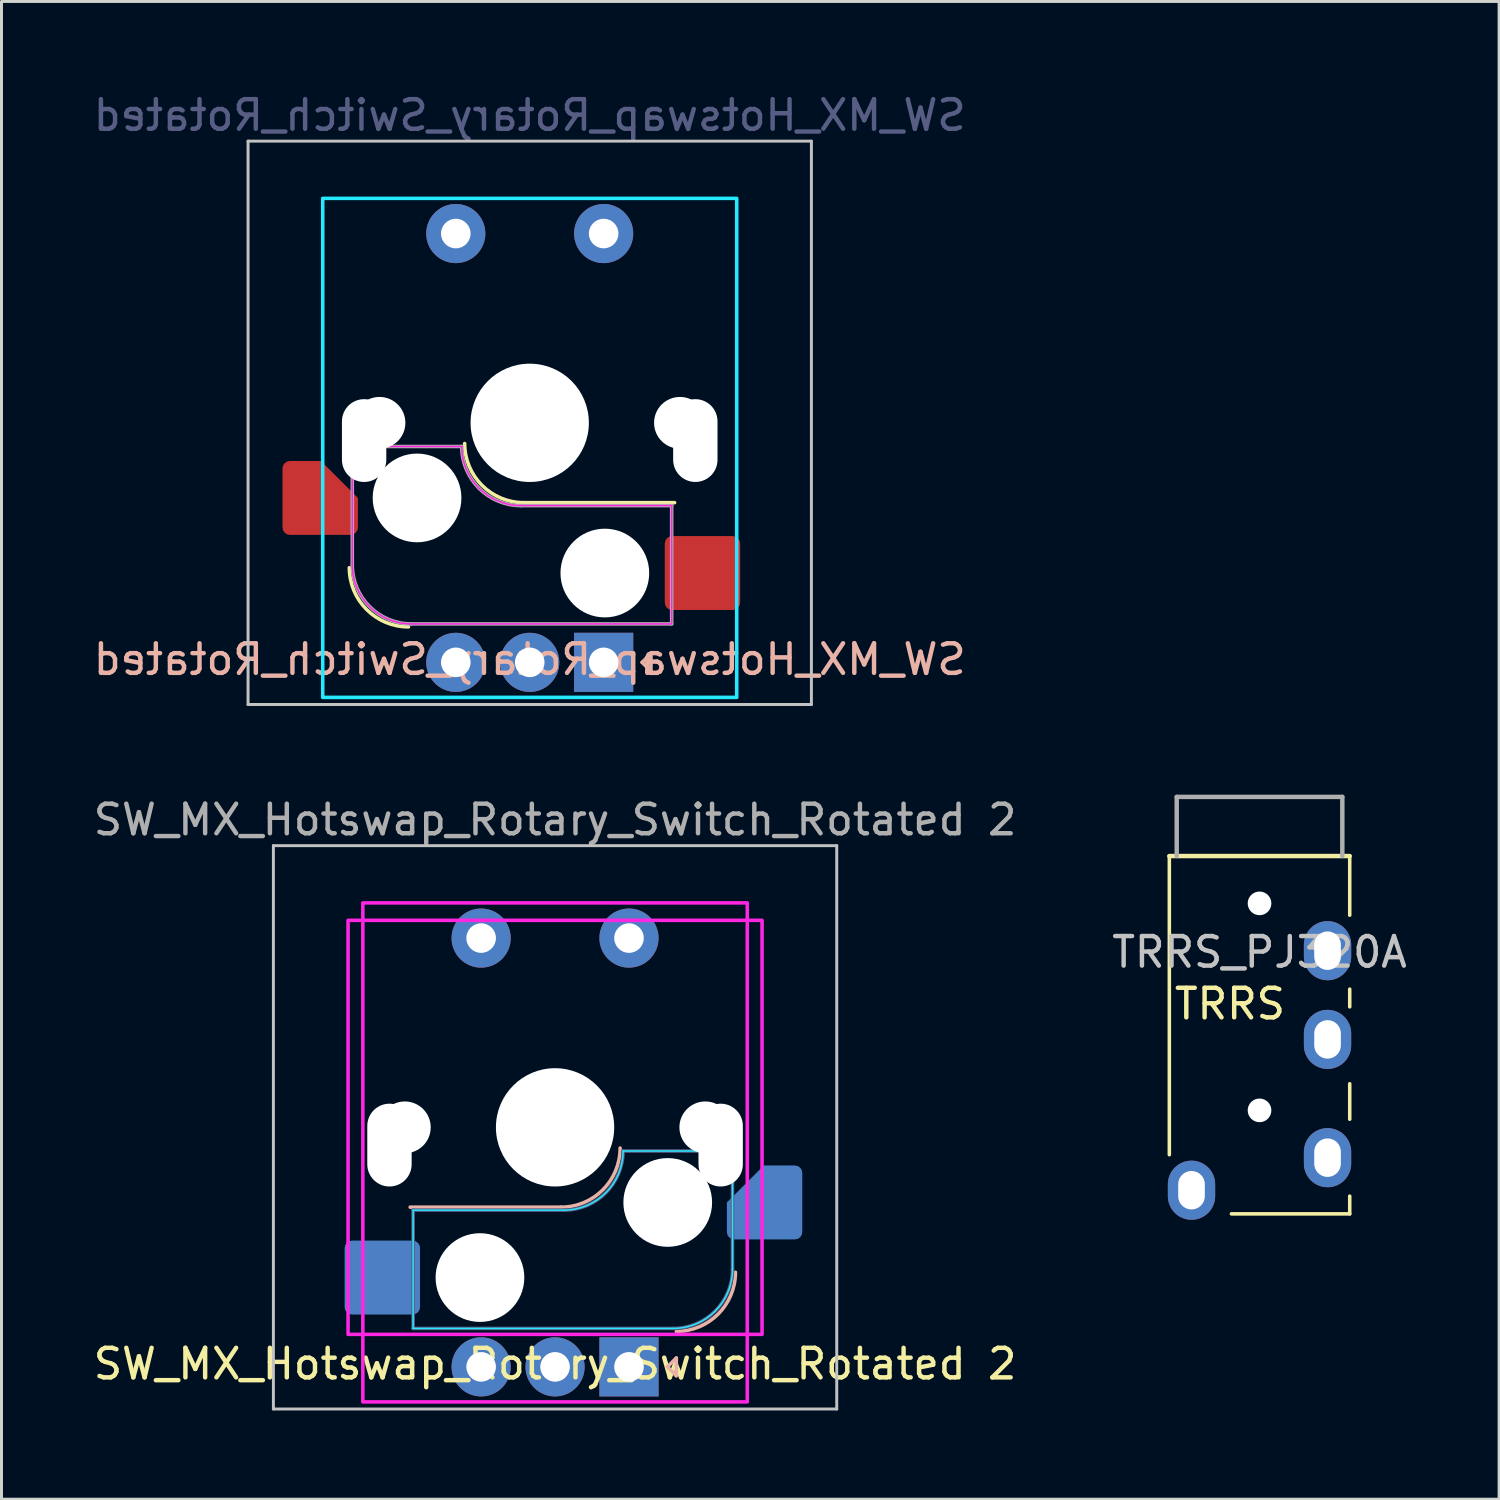
<source format=kicad_pcb>
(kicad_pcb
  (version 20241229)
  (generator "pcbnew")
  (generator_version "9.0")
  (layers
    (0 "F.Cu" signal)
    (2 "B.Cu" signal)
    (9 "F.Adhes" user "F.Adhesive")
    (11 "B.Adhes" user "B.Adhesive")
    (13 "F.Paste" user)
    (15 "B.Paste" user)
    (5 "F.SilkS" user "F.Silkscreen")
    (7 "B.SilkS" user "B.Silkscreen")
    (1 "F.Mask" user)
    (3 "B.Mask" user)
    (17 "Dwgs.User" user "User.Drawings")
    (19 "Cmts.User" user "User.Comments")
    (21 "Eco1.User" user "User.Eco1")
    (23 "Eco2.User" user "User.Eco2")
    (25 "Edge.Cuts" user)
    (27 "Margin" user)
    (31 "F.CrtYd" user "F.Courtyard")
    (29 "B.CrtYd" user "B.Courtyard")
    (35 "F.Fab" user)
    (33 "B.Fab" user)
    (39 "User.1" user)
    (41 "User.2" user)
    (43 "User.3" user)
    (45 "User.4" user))
  (footprint "SW_MX_Hotswap_Rotary_Switch_Rotated"
    (layer "F.Cu")
    (at 14.863 11.248)
    (property "Reference" "SW_MX_Hotswap_Rotary_Switch_Rotated" (at 0 8 180) (layer "B.SilkS") (effects (font (size 1 1) (thickness 0.15)) (justify mirror)))
    (attr smd)
    (fp_line (start -0.2 2.7) (end 4.9 2.7) (stroke (width 0.12) (type solid)) (layer "F.SilkS"))
    (fp_arc (start -4.1 6.9) (mid -5.514214 6.314214) (end -6.1 4.9) (stroke (width 0.12) (type solid)) (layer "F.SilkS"))
    (fp_arc (start -0.2 2.7) (mid -1.614214 2.114214) (end -2.2 0.7) (stroke (width 0.12) (type solid)) (layer "F.SilkS"))
    (fp_line (start 3.8 8.1) (end 4.1 8.4) (stroke (width 0.12) (type solid)) (layer "B.SilkS"))
    (fp_line (start 4.1 7.8) (end 3.8 8.1) (stroke (width 0.12) (type solid)) (layer "B.SilkS"))
    (fp_line (start 4.1 8.4) (end 4.1 7.8) (stroke (width 0.12) (type solid)) (layer "B.SilkS"))
    (fp_line (start -9.525 -9.525) (end 9.525 -9.525) (stroke (width 0.1) (type solid)) (layer "Dwgs.User"))
    (fp_line (start -9.525 9.525) (end -9.525 -9.525) (stroke (width 0.1) (type solid)) (layer "Dwgs.User"))
    (fp_line (start 9.525 -9.525) (end 9.525 9.525) (stroke (width 0.1) (type solid)) (layer "Dwgs.User"))
    (fp_line (start 9.525 9.525) (end -9.525 9.525) (stroke (width 0.1) (type solid)) (layer "Dwgs.User"))
    (fp_rect (start 7 9.285) (end -7 -7.59) (stroke (width 0.12) (type solid)) (fill no) (layer "B.CrtYd"))
    (fp_line (start -6 0.8) (end -6 4.8) (stroke (width 0.05) (type solid)) (layer "F.CrtYd"))
    (fp_line (start -6 0.8) (end -2.3 0.8) (stroke (width 0.05) (type solid)) (layer "F.CrtYd"))
    (fp_line (start -4 6.8) (end 4.8 6.8) (stroke (width 0.05) (type solid)) (layer "F.CrtYd"))
    (fp_line (start -0.3 2.8) (end 4.8 2.8) (stroke (width 0.05) (type solid)) (layer "F.CrtYd"))
    (fp_line (start 4.8 6.8) (end 4.8 2.8) (stroke (width 0.05) (type solid)) (layer "F.CrtYd"))
    (fp_arc (start -4 6.8) (mid -5.414214 6.214214) (end -6 4.8) (stroke (width 0.05) (type solid)) (layer "F.CrtYd"))
    (fp_arc (start -0.3 2.8) (mid -1.714214 2.214214) (end -2.3 0.8) (stroke (width 0.05) (type solid)) (layer "F.CrtYd"))
    (fp_line (start -6 0.8) (end -6 4.8) (stroke (width 0.12) (type solid)) (layer "F.Fab"))
    (fp_line (start -6 0.8) (end -2.3 0.8) (stroke (width 0.12) (type solid)) (layer "F.Fab"))
    (fp_line (start -4 6.8) (end 4.8 6.8) (stroke (width 0.12) (type solid)) (layer "F.Fab"))
    (fp_line (start -0.3 2.8) (end 4.8 2.8) (stroke (width 0.12) (type solid)) (layer "F.Fab"))
    (fp_line (start 4.8 6.8) (end 4.8 2.8) (stroke (width 0.12) (type solid)) (layer "F.Fab"))
    (fp_arc (start -4 6.8) (mid -5.414214 6.214214) (end -6 4.8) (stroke (width 0.12) (type solid)) (layer "F.Fab"))
    (fp_arc (start -0.3 2.8) (mid -1.714214 2.214214) (end -2.3 0.8) (stroke (width 0.12) (type solid)) (layer "F.Fab"))
    (fp_text user "${REFERENCE}" (at 0 -10.4 0) (unlocked yes) (layer "B.Fab") (effects (font (size 1 1) (thickness 0.15)) (justify mirror)))
    (pad "" np_thru_hole oval (at -5.6 0.6 270) (size 2.8 1.5) (drill oval 2.8 1.5) (layers "*.Cu" "*.Mask"))
    (pad "" np_thru_hole circle (at -5.08 0 180) (size 1.75 1.75) (drill 1.75) (layers "*.Cu" "*.Mask"))
    (pad "" np_thru_hole circle (at -3.81 2.54 180) (size 3 3) (drill 3) (layers "*.Cu" "*.Mask"))
    (pad "" np_thru_hole circle (at 0 0 180) (size 4 4) (drill 4) (layers "*.Cu" "*.Mask"))
    (pad "" np_thru_hole circle (at 2.54 5.08 180) (size 3 3) (drill 3) (layers "*.Cu" "*.Mask"))
    (pad "" np_thru_hole circle (at 5.08 0 180) (size 1.75 1.75) (drill 1.75) (layers "*.Cu" "*.Mask"))
    (pad "" np_thru_hole oval (at 5.6 0.6 270) (size 2.8 1.5) (drill oval 2.8 1.5) (layers "*.Cu" "*.Mask"))
    (pad "1" smd roundrect (at -7.085 2.54 180) (size 2.55 2.5) (layers "F.Cu" "F.Mask" "F.Paste") (roundrect_rratio 0.1) (chamfer_ratio 0.5) (chamfer bottom_left))
    (pad "2" smd roundrect (at 5.842 5.08 180) (size 2.55 2.5) (layers "F.Cu" "F.Mask" "F.Paste") (roundrect_rratio 0.1))
    (pad "A" thru_hole rect (at 2.5 8.1 270) (size 2 2) (drill 1) (layers "*.Cu" "*.Mask"))
    (pad "B" thru_hole circle (at -2.5 8.1 270) (size 2 2) (drill 1) (layers "*.Cu" "*.Mask"))
    (pad "C" thru_hole circle (at 0 8.1 270) (size 2 2) (drill 1) (layers "*.Cu" "*.Mask"))
    (pad "D" thru_hole circle (at 2.5 -6.4 270) (size 2 2) (drill 1) (layers "*.Cu" "*.Mask"))
    (pad "E" thru_hole circle (at -2.5 -6.4 270) (size 2 2) (drill 1) (layers "*.Cu" "*.Mask")))
  (footprint "TRRS_PJ320A"
    (layer "F.Cu")
    (at 39.542 30.948)
    (property "Reference" "TRRS_PJ320A" (at 0 -1.8 0) (layer "Dwgs.User") (effects (font (size 1 1) (thickness 0.15))))
    (attr through_hole exclude_from_pos_files)
    (fp_line (start -3.05 5.05) (end -3.05 -5.05) (stroke (width 0.12) (type solid)) (layer "F.SilkS"))
    (fp_line (start 3.05 -5.05) (end -3.05 -5.05) (stroke (width 0.15) (type solid)) (layer "F.SilkS"))
    (fp_line (start 3.05 -5.05) (end 3.05 -3.05) (stroke (width 0.12) (type solid)) (layer "F.SilkS"))
    (fp_line (start 3.05 0.05) (end 3.05 -0.55) (stroke (width 0.12) (type solid)) (layer "F.SilkS"))
    (fp_line (start 3.05 3.85) (end 3.05 2.65) (stroke (width 0.12) (type solid)) (layer "F.SilkS"))
    (fp_line (start 3.05 7.05) (end -0.95 7.05) (stroke (width 0.12) (type solid)) (layer "F.SilkS"))
    (fp_line (start 3.05 7.05) (end 3.05 6.45) (stroke (width 0.12) (type solid)) (layer "F.SilkS"))
    (fp_line (start -2.8 -5.05) (end -2.8 -7.05) (stroke (width 0.15) (type solid)) (layer "F.Fab"))
    (fp_line (start 2.8 -7.05) (end -2.8 -7.05) (stroke (width 0.15) (type solid)) (layer "F.Fab"))
    (fp_line (start 2.8 -5.05) (end 2.8 -7.05) (stroke (width 0.15) (type solid)) (layer "F.Fab"))
    (fp_text user "TRRS" (at -1 -0.05 0) (unlocked yes) (layer "F.SilkS") (effects (font (size 1 1) (thickness 0.15))))
    (pad "" np_thru_hole circle (at 0 -3.45) (size 0.8 0.8) (drill 0.8) (layers "*.Cu" "*.Mask"))
    (pad "" np_thru_hole circle (at 0 3.55) (size 0.8 0.8) (drill 0.8) (layers "*.Cu" "*.Mask"))
    (pad "R1" thru_hole oval (at 2.3 1.15) (size 1.6 2) (drill oval 0.9 1.3) (layers "*.Cu" "*.Mask"))
    (pad "R2" thru_hole oval (at 2.3 -1.85) (size 1.6 2) (drill oval 0.9 1.3) (layers "*.Cu" "*.Mask"))
    (pad "S" thru_hole oval (at -2.3 6.25) (size 1.6 2) (drill oval 0.9 1.3) (layers "*.Cu" "*.Mask"))
    (pad "T" thru_hole oval (at 2.3 5.15) (size 1.6 2) (drill oval 0.9 1.3) (layers "*.Cu" "*.Mask")))
  (footprint "SW_MX_Hotswap_Rotary_Switch_Rotated 2"
    (layer "F.Cu")
    (at 15.72 35.072)
    (property "Reference" "SW_MX_Hotswap_Rotary_Switch_Rotated 2" (at 0 8 180) (layer "F.SilkS") (effects (font (size 1 1) (thickness 0.15))))
    (attr smd)
    (fp_line (start 0.2 2.7) (end -4.9 2.7) (stroke (width 0.12) (type solid)) (layer "B.SilkS"))
    (fp_line (start 3.8 8.1) (end 4.1 8.4) (stroke (width 0.12) (type solid)) (layer "B.SilkS"))
    (fp_line (start 4.1 7.8) (end 3.8 8.1) (stroke (width 0.12) (type solid)) (layer "B.SilkS"))
    (fp_line (start 4.1 8.4) (end 4.1 7.8) (stroke (width 0.12) (type solid)) (layer "B.SilkS"))
    (fp_arc (start 2.2 0.7) (mid 1.614214 2.114214) (end 0.2 2.7) (stroke (width 0.12) (type solid)) (layer "B.SilkS"))
    (fp_arc (start 6.1 4.9) (mid 5.514214 6.314214) (end 4.1 6.9) (stroke (width 0.12) (type solid)) (layer "B.SilkS"))
    (fp_line (start -9.525 -9.525) (end -9.525 9.525) (stroke (width 0.1) (type solid)) (layer "Dwgs.User"))
    (fp_line (start -9.525 9.525) (end 9.525 9.525) (stroke (width 0.1) (type solid)) (layer "Dwgs.User"))
    (fp_line (start 9.525 -9.525) (end -9.525 -9.525) (stroke (width 0.1) (type solid)) (layer "Dwgs.User"))
    (fp_line (start 9.525 9.525) (end 9.525 -9.525) (stroke (width 0.1) (type solid)) (layer "Dwgs.User"))
    (fp_line (start -4.8 6.8) (end -4.8 2.8) (stroke (width 0.05) (type solid)) (layer "B.CrtYd"))
    (fp_line (start 0.3 2.8) (end -4.8 2.8) (stroke (width 0.05) (type solid)) (layer "B.CrtYd"))
    (fp_line (start 4 6.8) (end -4.8 6.8) (stroke (width 0.05) (type solid)) (layer "B.CrtYd"))
    (fp_line (start 6 0.8) (end 2.3 0.8) (stroke (width 0.05) (type solid)) (layer "B.CrtYd"))
    (fp_line (start 6 0.8) (end 6 4.8) (stroke (width 0.05) (type solid)) (layer "B.CrtYd"))
    (fp_arc (start 2.3 0.8) (mid 1.714214 2.214214) (end 0.3 2.8) (stroke (width 0.05) (type solid)) (layer "B.CrtYd"))
    (fp_arc (start 6 4.8) (mid 5.414214 6.214214) (end 4 6.8) (stroke (width 0.05) (type solid)) (layer "B.CrtYd"))
    (fp_rect (start -6.5 9.285) (end 6.5 -7.59) (stroke (width 0.12) (type solid)) (fill no) (layer "F.CrtYd"))
    (fp_rect (start 7 7) (end -7 -7) (stroke (width 0.12) (type solid)) (fill no) (layer "F.CrtYd"))
    (fp_line (start -4.8 6.8) (end -4.8 2.8) (stroke (width 0.12) (type solid)) (layer "B.Fab"))
    (fp_line (start 0.3 2.8) (end -4.8 2.8) (stroke (width 0.12) (type solid)) (layer "B.Fab"))
    (fp_line (start 4 6.8) (end -4.8 6.8) (stroke (width 0.12) (type solid)) (layer "B.Fab"))
    (fp_line (start 6 0.8) (end 2.3 0.8) (stroke (width 0.12) (type solid)) (layer "B.Fab"))
    (fp_line (start 6 0.8) (end 6 4.8) (stroke (width 0.12) (type solid)) (layer "B.Fab"))
    (fp_arc (start 2.3 0.8) (mid 1.714214 2.214214) (end 0.3 2.8) (stroke (width 0.12) (type solid)) (layer "B.Fab"))
    (fp_arc (start 6 4.8) (mid 5.414214 6.214214) (end 4 6.8) (stroke (width 0.12) (type solid)) (layer "B.Fab"))
    (fp_text user "${REFERENCE}" (at 0 -10.4 0) (unlocked yes) (layer "F.Fab") (effects (font (size 1 1) (thickness 0.15))))
    (pad "" np_thru_hole oval (at -5.6 0.6 270) (size 2.8 1.5) (drill oval 2.8 1.5) (layers "*.Cu" "*.Mask"))
    (pad "" np_thru_hole circle (at -5.08 0 180) (size 1.75 1.75) (drill 1.75) (layers "*.Cu" "*.Mask"))
    (pad "" np_thru_hole circle (at -2.54 5.08 180) (size 3 3) (drill 3) (layers "*.Cu" "*.Mask"))
    (pad "" np_thru_hole circle (at 0 0 180) (size 4 4) (drill 4) (layers "*.Cu" "*.Mask"))
    (pad "" np_thru_hole circle (at 3.81 2.54 180) (size 3 3) (drill 3) (layers "*.Cu" "*.Mask"))
    (pad "" np_thru_hole circle (at 5.08 0 180) (size 1.75 1.75) (drill 1.75) (layers "*.Cu" "*.Mask"))
    (pad "" np_thru_hole oval (at 5.6 0.6 270) (size 2.8 1.5) (drill oval 2.8 1.5) (layers "*.Cu" "*.Mask"))
    (pad "1" smd roundrect (at 7.085 2.54 180) (size 2.55 2.5) (layers "B.Cu" "B.Mask" "B.Paste") (roundrect_rratio 0.1) (chamfer_ratio 0.5) (chamfer bottom_right))
    (pad "2" smd roundrect (at -5.842 5.08 180) (size 2.55 2.5) (layers "B.Cu" "B.Mask" "B.Paste") (roundrect_rratio 0.1))
    (pad "A" thru_hole rect (at 2.5 8.1 270) (size 2 2) (drill 1) (layers "*.Cu" "*.Mask"))
    (pad "B" thru_hole circle (at -2.5 8.1 270) (size 2 2) (drill 1) (layers "*.Cu" "*.Mask"))
    (pad "C" thru_hole circle (at 0 8.1 270) (size 2 2) (drill 1) (layers "*.Cu" "*.Mask"))
    (pad "D" thru_hole circle (at 2.5 -6.4 270) (size 2 2) (drill 1) (layers "*.Cu" "*.Mask"))
    (pad "E" thru_hole circle (at -2.5 -6.4 270) (size 2 2) (drill 1) (layers "*.Cu" "*.Mask")))
  (gr_rect
    (start -3 -3)
    (end 47.643 47.647)
    (stroke (width 0.1) (type default))
    (fill no)
    (layer "Edge.Cuts")))
</source>
